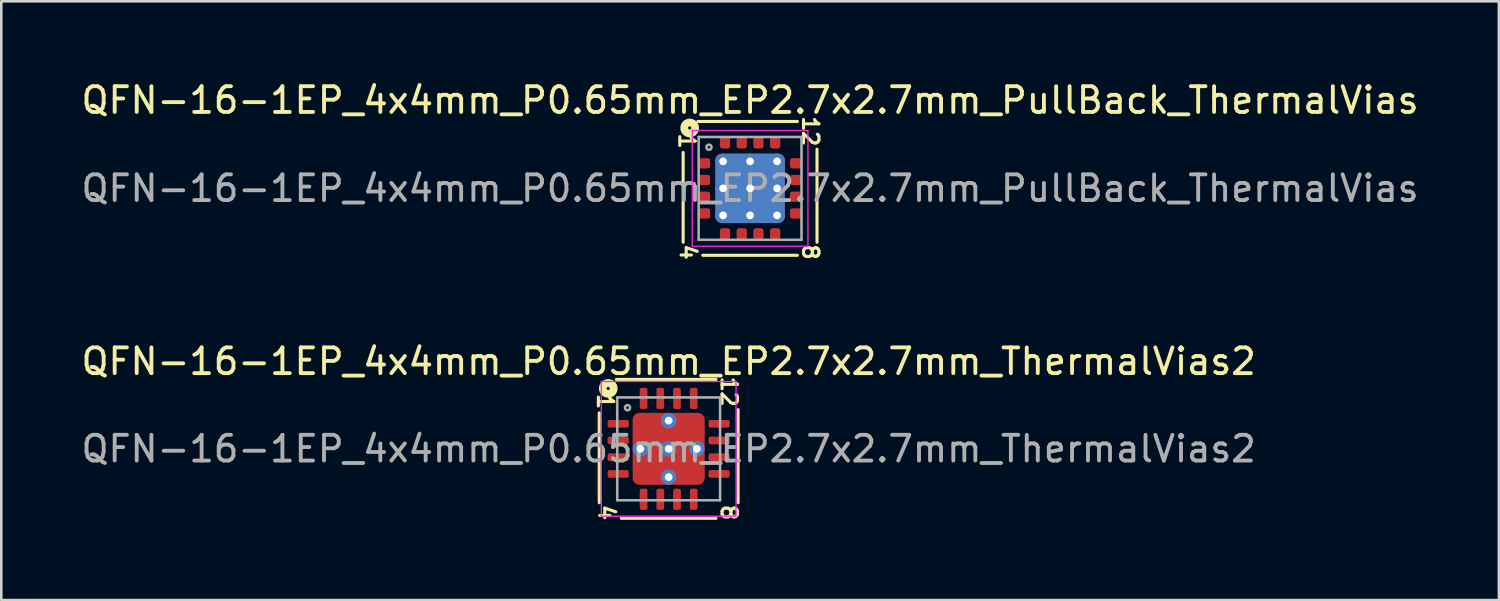
<source format=kicad_pcb>
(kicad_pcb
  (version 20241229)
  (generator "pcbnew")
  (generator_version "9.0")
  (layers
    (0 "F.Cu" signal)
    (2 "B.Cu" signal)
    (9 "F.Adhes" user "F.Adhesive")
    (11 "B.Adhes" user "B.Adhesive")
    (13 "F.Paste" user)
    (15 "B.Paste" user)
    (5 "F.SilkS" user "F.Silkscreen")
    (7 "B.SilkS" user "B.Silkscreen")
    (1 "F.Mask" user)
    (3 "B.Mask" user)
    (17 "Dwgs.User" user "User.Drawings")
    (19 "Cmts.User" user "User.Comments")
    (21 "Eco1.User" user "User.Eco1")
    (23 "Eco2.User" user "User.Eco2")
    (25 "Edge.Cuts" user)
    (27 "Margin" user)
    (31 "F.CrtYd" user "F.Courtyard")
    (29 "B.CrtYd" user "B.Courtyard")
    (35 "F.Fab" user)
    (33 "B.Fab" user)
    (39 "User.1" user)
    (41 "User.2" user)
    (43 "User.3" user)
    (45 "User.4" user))
  (footprint "QFN-16-1EP_4x4mm_P0.65mm_EP2.7x2.7mm_PullBack_ThermalVias"
    (layer "F.Cu")
    (at 26.125 4.277)
    (property "Reference" "QFN-16-1EP_4x4mm_P0.65mm_EP2.7x2.7mm_PullBack_ThermalVias" (at 0 -3.429 0) (layer "F.SilkS") (effects (font (size 1 1) (thickness 0.15))))
    (attr smd)
    (fp_line (start -2.603 -1.397) (end -2.603 2.095) (stroke (width 0.12) (type solid)) (layer "F.SilkS"))
    (fp_line (start -1.841 2.603) (end 1.841 2.603) (stroke (width 0.12) (type solid)) (layer "F.SilkS"))
    (fp_line (start 1.841 -2.603) (end -2.032 -2.603) (stroke (width 0.12) (type solid)) (layer "F.SilkS"))
    (fp_line (start 2.603 2.095) (end 2.603 -1.524) (stroke (width 0.12) (type solid)) (layer "F.SilkS"))
    (fp_circle (center -2.349 -2.349) (end -2.286 -2.349) (stroke (width 0.3) (type solid)) (fill no) (layer "F.SilkS"))
    (fp_line (start -2.25 -2.25) (end -2.25 2.25) (stroke (width 0.05) (type solid)) (layer "F.CrtYd"))
    (fp_line (start -2.25 2.25) (end 2.25 2.25) (stroke (width 0.05) (type solid)) (layer "F.CrtYd"))
    (fp_line (start 2.25 -2.25) (end -2.25 -2.25) (stroke (width 0.05) (type solid)) (layer "F.CrtYd"))
    (fp_line (start 2.25 2.25) (end 2.25 -2.25) (stroke (width 0.05) (type solid)) (layer "F.CrtYd"))
    (fp_line (start -2 -2) (end 2 -2) (stroke (width 0.1) (type solid)) (layer "F.Fab"))
    (fp_line (start -2 2) (end -2 -2) (stroke (width 0.1) (type solid)) (layer "F.Fab"))
    (fp_line (start 2 -2) (end 2 2) (stroke (width 0.1) (type solid)) (layer "F.Fab"))
    (fp_line (start 2 2) (end -2 2) (stroke (width 0.1) (type solid)) (layer "F.Fab"))
    (fp_circle (center -1.6 -1.6) (end -1.5 -1.6) (stroke (width 0.1) (type solid)) (fill no) (layer "F.Fab"))
    (fp_text user "1" (at -2.463 -1.841 270) (unlocked yes) (layer "F.SilkS") (effects (font (size 0.6 0.6) (thickness 0.12))))
    (fp_text user "12" (at 2.349 -2.223 270) (unlocked yes) (layer "F.SilkS") (effects (font (size 0.6 0.6) (thickness 0.12))))
    (fp_text user "4" (at -2.413 2.477 270) (unlocked yes) (layer "F.SilkS") (effects (font (size 0.6 0.6) (thickness 0.12))))
    (fp_text user "8" (at 2.349 2.477 270) (unlocked yes) (layer "F.SilkS") (effects (font (size 0.6 0.6) (thickness 0.12))))
    (fp_text user "${REFERENCE}" (at 0 0 0) (layer "F.Fab") (effects (font (size 1 1) (thickness 0.15))))
    (pad "" smd roundrect (at -0.675 -0.675) (size 1.17 1.17) (layers "F.Paste") (roundrect_rratio 0.214))
    (pad "" smd roundrect (at -0.675 0.675) (size 1.17 1.17) (layers "F.Paste") (roundrect_rratio 0.214))
    (pad "" smd roundrect (at 0.675 -0.675) (size 1.17 1.17) (layers "F.Paste") (roundrect_rratio 0.214))
    (pad "" smd roundrect (at 0.675 0.675) (size 1.17 1.17) (layers "F.Paste") (roundrect_rratio 0.214))
    (pad "1" smd roundrect (at -1.775 -0.975) (size 0.45 0.4) (layers "F.Cu" "F.Mask" "F.Paste") (roundrect_rratio 0.25))
    (pad "2" smd roundrect (at -1.775 -0.325) (size 0.45 0.4) (layers "F.Cu" "F.Mask" "F.Paste") (roundrect_rratio 0.25))
    (pad "3" smd roundrect (at -1.775 0.325) (size 0.45 0.4) (layers "F.Cu" "F.Mask" "F.Paste") (roundrect_rratio 0.25))
    (pad "4" smd roundrect (at -1.775 0.975) (size 0.45 0.4) (layers "F.Cu" "F.Mask" "F.Paste") (roundrect_rratio 0.25))
    (pad "5" smd roundrect (at -0.975 1.775) (size 0.4 0.45) (layers "F.Cu" "F.Mask" "F.Paste") (roundrect_rratio 0.25))
    (pad "6" smd roundrect (at -0.325 1.775) (size 0.4 0.45) (layers "F.Cu" "F.Mask" "F.Paste") (roundrect_rratio 0.25))
    (pad "7" smd roundrect (at 0.325 1.775) (size 0.4 0.45) (layers "F.Cu" "F.Mask" "F.Paste") (roundrect_rratio 0.25))
    (pad "8" smd roundrect (at 0.975 1.775) (size 0.4 0.45) (layers "F.Cu" "F.Mask" "F.Paste") (roundrect_rratio 0.25))
    (pad "9" smd roundrect (at 1.775 0.975) (size 0.45 0.4) (layers "F.Cu" "F.Mask" "F.Paste") (roundrect_rratio 0.25))
    (pad "10" smd roundrect (at 1.775 0.325) (size 0.45 0.4) (layers "F.Cu" "F.Mask" "F.Paste") (roundrect_rratio 0.25))
    (pad "11" smd roundrect (at 1.775 -0.325) (size 0.45 0.4) (layers "F.Cu" "F.Mask" "F.Paste") (roundrect_rratio 0.25))
    (pad "12" smd roundrect (at 1.775 -0.975) (size 0.45 0.4) (layers "F.Cu" "F.Mask" "F.Paste") (roundrect_rratio 0.25))
    (pad "13" smd roundrect (at 0.975 -1.775) (size 0.4 0.45) (layers "F.Cu" "F.Mask" "F.Paste") (roundrect_rratio 0.25))
    (pad "14" smd roundrect (at 0.325 -1.775) (size 0.4 0.45) (layers "F.Cu" "F.Mask" "F.Paste") (roundrect_rratio 0.25))
    (pad "15" smd roundrect (at -0.325 -1.775) (size 0.4 0.45) (layers "F.Cu" "F.Mask" "F.Paste") (roundrect_rratio 0.25))
    (pad "16" smd roundrect (at -0.975 -1.775) (size 0.4 0.45) (layers "F.Cu" "F.Mask" "F.Paste") (roundrect_rratio 0.25))
    (pad "17" thru_hole circle (at -1.05 -1.05) (size 0.6 0.6) (drill 0.3) (property pad_prop_heatsink) (layers "*.Cu"))
    (pad "17" thru_hole circle (at -1.05 0) (size 0.6 0.6) (drill 0.3) (property pad_prop_heatsink) (layers "*.Cu"))
    (pad "17" thru_hole circle (at -1.05 1.05) (size 0.6 0.6) (drill 0.3) (property pad_prop_heatsink) (layers "*.Cu"))
    (pad "17" thru_hole circle (at 0 -1.05) (size 0.6 0.6) (drill 0.3) (property pad_prop_heatsink) (layers "*.Cu"))
    (pad "17" thru_hole circle (at 0 0) (size 0.6 0.6) (drill 0.3) (property pad_prop_heatsink) (layers "*.Cu"))
    (pad "17" smd roundrect (at 0 0) (size 2.7 2.7) (layers "F.Cu" "F.Mask") (roundrect_rratio 0.093))
    (pad "17" smd roundrect (at 0 0) (size 2.7 2.7) (layers "B.Cu" "B.Mask") (roundrect_rratio 0.093))
    (pad "17" thru_hole circle (at 0 1.05) (size 0.6 0.6) (drill 0.3) (property pad_prop_heatsink) (layers "*.Cu"))
    (pad "17" thru_hole circle (at 1.05 -1.05) (size 0.6 0.6) (drill 0.3) (property pad_prop_heatsink) (layers "*.Cu"))
    (pad "17" thru_hole circle (at 1.05 0) (size 0.6 0.6) (drill 0.3) (property pad_prop_heatsink) (layers "*.Cu"))
    (pad "17" thru_hole circle (at 1.05 1.05) (size 0.6 0.6) (drill 0.3) (property pad_prop_heatsink) (layers "*.Cu")))
  (footprint "QFN-16-1EP_4x4mm_P0.65mm_EP2.7x2.7mm_ThermalVias2"
    (layer "F.Cu")
    (at 22.958 14.408)
    (property "Reference" "QFN-16-1EP_4x4mm_P0.65mm_EP2.7x2.7mm_ThermalVias2" (at 0 -3.4 0) (layer "F.SilkS") (effects (font (size 1 1) (thickness 0.15))))
    (attr smd)
    (fp_line (start -2.7 -1.397) (end -2.7 2.095) (stroke (width 0.12) (type solid)) (layer "F.SilkS"))
    (fp_line (start -1.841 2.7) (end 1.841 2.7) (stroke (width 0.12) (type solid)) (layer "F.SilkS"))
    (fp_line (start 1.841 -2.7) (end -2.032 -2.7) (stroke (width 0.12) (type solid)) (layer "F.SilkS"))
    (fp_line (start 2.7 2.095) (end 2.7 -1.524) (stroke (width 0.12) (type solid)) (layer "F.SilkS"))
    (fp_circle (center -2.349 -2.349) (end -2.286 -2.349) (stroke (width 0.3) (type solid)) (fill no) (layer "F.SilkS"))
    (fp_line (start -2.62 -2.62) (end -2.62 2.62) (stroke (width 0.05) (type solid)) (layer "F.CrtYd"))
    (fp_line (start -2.62 2.62) (end 2.62 2.62) (stroke (width 0.05) (type solid)) (layer "F.CrtYd"))
    (fp_line (start 2.62 -2.62) (end -2.62 -2.62) (stroke (width 0.05) (type solid)) (layer "F.CrtYd"))
    (fp_line (start 2.62 2.62) (end 2.62 -2.62) (stroke (width 0.05) (type solid)) (layer "F.CrtYd"))
    (fp_line (start -2 -2) (end 2 -2) (stroke (width 0.1) (type solid)) (layer "F.Fab"))
    (fp_line (start -2 2) (end -2 -2) (stroke (width 0.1) (type solid)) (layer "F.Fab"))
    (fp_line (start 2 -2) (end 2 2) (stroke (width 0.1) (type solid)) (layer "F.Fab"))
    (fp_line (start 2 2) (end -2 2) (stroke (width 0.1) (type solid)) (layer "F.Fab"))
    (fp_circle (center -1.6 -1.6) (end -1.5 -1.6) (stroke (width 0.1) (type solid)) (fill no) (layer "F.Fab"))
    (fp_text user "1" (at -2.463 -1.841 270) (unlocked yes) (layer "F.SilkS") (effects (font (size 0.6 0.6) (thickness 0.12))))
    (fp_text user "8" (at 2.349 2.477 270) (unlocked yes) (layer "F.SilkS") (effects (font (size 0.6 0.6) (thickness 0.12))))
    (fp_text user "12" (at 2.349 -2.223 270) (unlocked yes) (layer "F.SilkS") (effects (font (size 0.6 0.6) (thickness 0.12))))
    (fp_text user "4" (at -2.413 2.477 270) (unlocked yes) (layer "F.SilkS") (effects (font (size 0.6 0.6) (thickness 0.12))))
    (fp_text user "${REFERENCE}" (at 0 0 0) (layer "F.Fab") (effects (font (size 1 1) (thickness 0.15))))
    (pad "" smd roundrect (at -0.8 -0.8) (size 0.8 0.8) (layers "F.Paste") (roundrect_rratio 0.25))
    (pad "" smd roundrect (at -0.8 -0.8) (size 1 1) (layers "F.Mask") (roundrect_rratio 0.25))
    (pad "" smd roundrect (at -0.8 0.8) (size 0.8 0.8) (layers "F.Paste") (roundrect_rratio 0.25))
    (pad "" smd roundrect (at -0.8 0.8) (size 1 1) (layers "F.Mask") (roundrect_rratio 0.25))
    (pad "" smd roundrect (at 0.8 -0.8) (size 0.8 0.8) (layers "F.Paste") (roundrect_rratio 0.25))
    (pad "" smd roundrect (at 0.8 -0.8) (size 1 1) (layers "F.Mask") (roundrect_rratio 0.25))
    (pad "" smd roundrect (at 0.8 0.8) (size 0.8 0.8) (layers "F.Paste") (roundrect_rratio 0.25))
    (pad "" smd roundrect (at 0.8 0.8) (size 1 1) (layers "F.Mask") (roundrect_rratio 0.25))
    (pad "1" smd roundrect (at -1.962 -0.975) (size 0.825 0.3) (layers "F.Cu" "F.Mask" "F.Paste") (roundrect_rratio 0.25))
    (pad "2" smd roundrect (at -1.962 -0.325) (size 0.825 0.3) (layers "F.Cu" "F.Mask" "F.Paste") (roundrect_rratio 0.25))
    (pad "3" smd roundrect (at -1.962 0.325) (size 0.825 0.3) (layers "F.Cu" "F.Mask" "F.Paste") (roundrect_rratio 0.25))
    (pad "4" smd roundrect (at -1.962 0.975) (size 0.825 0.3) (layers "F.Cu" "F.Mask" "F.Paste") (roundrect_rratio 0.25))
    (pad "5" smd roundrect (at -0.975 1.962) (size 0.3 0.825) (layers "F.Cu" "F.Mask" "F.Paste") (roundrect_rratio 0.25))
    (pad "6" smd roundrect (at -0.325 1.962) (size 0.3 0.825) (layers "F.Cu" "F.Mask" "F.Paste") (roundrect_rratio 0.25))
    (pad "7" smd roundrect (at 0.325 1.962) (size 0.3 0.825) (layers "F.Cu" "F.Mask" "F.Paste") (roundrect_rratio 0.25))
    (pad "8" smd roundrect (at 0.975 1.962) (size 0.3 0.825) (layers "F.Cu" "F.Mask" "F.Paste") (roundrect_rratio 0.25))
    (pad "9" smd roundrect (at 1.962 0.975) (size 0.825 0.3) (layers "F.Cu" "F.Mask" "F.Paste") (roundrect_rratio 0.25))
    (pad "10" smd roundrect (at 1.962 0.325) (size 0.825 0.3) (layers "F.Cu" "F.Mask" "F.Paste") (roundrect_rratio 0.25))
    (pad "11" smd roundrect (at 1.962 -0.325) (size 0.825 0.3) (layers "F.Cu" "F.Mask" "F.Paste") (roundrect_rratio 0.25))
    (pad "12" smd roundrect (at 1.962 -0.975) (size 0.825 0.3) (layers "F.Cu" "F.Mask" "F.Paste") (roundrect_rratio 0.25))
    (pad "13" smd roundrect (at 0.975 -1.962) (size 0.3 0.825) (layers "F.Cu" "F.Mask" "F.Paste") (roundrect_rratio 0.25))
    (pad "14" smd roundrect (at 0.325 -1.962) (size 0.3 0.825) (layers "F.Cu" "F.Mask" "F.Paste") (roundrect_rratio 0.25))
    (pad "15" smd roundrect (at -0.325 -1.962) (size 0.3 0.825) (layers "F.Cu" "F.Mask" "F.Paste") (roundrect_rratio 0.25))
    (pad "16" smd roundrect (at -0.975 -1.962) (size 0.3 0.825) (layers "F.Cu" "F.Mask" "F.Paste") (roundrect_rratio 0.25))
    (pad "17" thru_hole circle (at -1.1 0) (size 0.6 0.6) (drill 0.3) (property pad_prop_heatsink) (layers "*.Cu" "*.Mask"))
    (pad "17" thru_hole circle (at 0 -1.1) (size 0.6 0.6) (drill 0.3) (property pad_prop_heatsink) (layers "*.Cu" "*.Mask"))
    (pad "17" thru_hole circle (at 0 0) (size 0.6 0.6) (drill 0.3) (property pad_prop_heatsink) (layers "*.Cu" "*.Mask"))
    (pad "17" smd roundrect (at 0 0) (size 2.8 2.8) (layers "F.Cu") (roundrect_rratio 0.093))
    (pad "17" thru_hole circle (at 0 1.1) (size 0.6 0.6) (drill 0.3) (property pad_prop_heatsink) (layers "*.Cu" "*.Mask"))
    (pad "17" thru_hole circle (at 1.1 0) (size 0.6 0.6) (drill 0.3) (property pad_prop_heatsink) (layers "*.Cu" "*.Mask")))
  (gr_rect
    (start -3 -3)
    (end 55.25 20.29)
    (stroke (width 0.1) (type default))
    (fill no)
    (layer "Edge.Cuts")))
</source>
